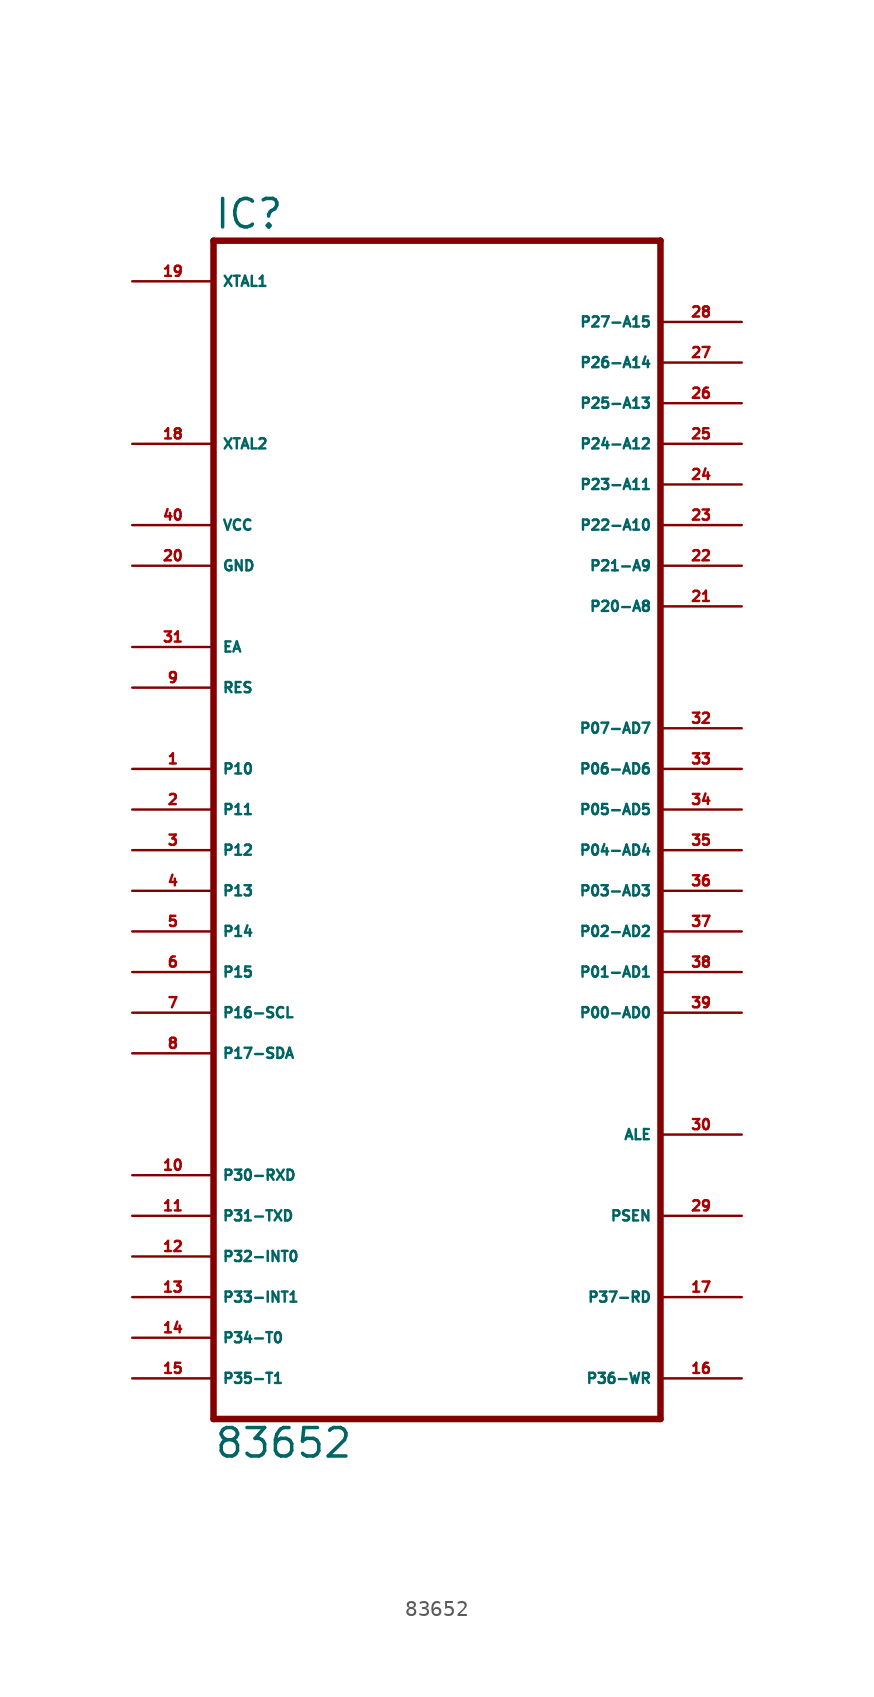
<source format=kicad_sym>
(kicad_symbol_lib
  (version 20220914)
  (generator Eagle2Kicad)
  (symbol "83652"
    (property "Reference" "IC"
      (at -12.7 33.655 0)
      (effects (font (size 1.778 1.778) (thickness 0.22)) (justify left bottom)))
    (property "Value" "83652"
      (at -12.7 -43.18 0)
      (effects (font (size 1.778 1.778) (thickness 0.22)) (justify left bottom)))
    (polyline
      (pts (xy 15.24 33.02) (xy 15.24 -40.64))
      (stroke (width 0.406) (type default))
      (fill (type none)))
    (polyline
      (pts (xy -12.7 -40.64) (xy 15.24 -40.64))
      (stroke (width 0.406) (type default))
      (fill (type none)))
    (polyline
      (pts (xy -12.7 -40.64) (xy -12.7 33.02))
      (stroke (width 0.406) (type default))
      (fill (type none)))
    (polyline
      (pts (xy 15.24 33.02) (xy -12.7 33.02))
      (stroke (width 0.406) (type default))
      (fill (type none)))
    (pin input line
      (at -17.78 20.32 0)
      (length 5.08)
      (name "XTAL2" (effects (font (size 0.635 0.635) (thickness 0.08)) (justify left bottom)))
      (number "18" (effects (font (size 0.635 0.635) (thickness 0.08)) (justify left bottom))))
    (pin input line
      (at -17.78 30.48 0)
      (length 5.08)
      (name "XTAL1" (effects (font (size 0.635 0.635) (thickness 0.08)) (justify left bottom)))
      (number "19" (effects (font (size 0.635 0.635) (thickness 0.08)) (justify left bottom))))
    (pin input line
      (at -17.78 7.62 0)
      (length 5.08)
      (name "EA" (effects (font (size 0.635 0.635) (thickness 0.08)) (justify left bottom)))
      (number "31" (effects (font (size 0.635 0.635) (thickness 0.08)) (justify left bottom))))
    (pin bidirectional line
      (at 20.32 27.94 180)
      (length 5.08)
      (name "P27-A15" (effects (font (size 0.635 0.635) (thickness 0.08)) (justify left bottom)))
      (number "28" (effects (font (size 0.635 0.635) (thickness 0.08)) (justify left bottom))))
    (pin bidirectional line
      (at 20.32 25.4 180)
      (length 5.08)
      (name "P26-A14" (effects (font (size 0.635 0.635) (thickness 0.08)) (justify left bottom)))
      (number "27" (effects (font (size 0.635 0.635) (thickness 0.08)) (justify left bottom))))
    (pin bidirectional line
      (at 20.32 22.86 180)
      (length 5.08)
      (name "P25-A13" (effects (font (size 0.635 0.635) (thickness 0.08)) (justify left bottom)))
      (number "26" (effects (font (size 0.635 0.635) (thickness 0.08)) (justify left bottom))))
    (pin bidirectional line
      (at 20.32 20.32 180)
      (length 5.08)
      (name "P24-A12" (effects (font (size 0.635 0.635) (thickness 0.08)) (justify left bottom)))
      (number "25" (effects (font (size 0.635 0.635) (thickness 0.08)) (justify left bottom))))
    (pin bidirectional line
      (at 20.32 17.78 180)
      (length 5.08)
      (name "P23-A11" (effects (font (size 0.635 0.635) (thickness 0.08)) (justify left bottom)))
      (number "24" (effects (font (size 0.635 0.635) (thickness 0.08)) (justify left bottom))))
    (pin bidirectional line
      (at 20.32 15.24 180)
      (length 5.08)
      (name "P22-A10" (effects (font (size 0.635 0.635) (thickness 0.08)) (justify left bottom)))
      (number "23" (effects (font (size 0.635 0.635) (thickness 0.08)) (justify left bottom))))
    (pin bidirectional line
      (at 20.32 12.7 180)
      (length 5.08)
      (name "P21-A9" (effects (font (size 0.635 0.635) (thickness 0.08)) (justify left bottom)))
      (number "22" (effects (font (size 0.635 0.635) (thickness 0.08)) (justify left bottom))))
    (pin bidirectional line
      (at 20.32 10.16 180)
      (length 5.08)
      (name "P20-A8" (effects (font (size 0.635 0.635) (thickness 0.08)) (justify left bottom)))
      (number "21" (effects (font (size 0.635 0.635) (thickness 0.08)) (justify left bottom))))
    (pin bidirectional line
      (at 20.32 2.54 180)
      (length 5.08)
      (name "P07-AD7" (effects (font (size 0.635 0.635) (thickness 0.08)) (justify left bottom)))
      (number "32" (effects (font (size 0.635 0.635) (thickness 0.08)) (justify left bottom))))
    (pin bidirectional line
      (at 20.32 0 180)
      (length 5.08)
      (name "P06-AD6" (effects (font (size 0.635 0.635) (thickness 0.08)) (justify left bottom)))
      (number "33" (effects (font (size 0.635 0.635) (thickness 0.08)) (justify left bottom))))
    (pin bidirectional line
      (at 20.32 -2.54 180)
      (length 5.08)
      (name "P05-AD5" (effects (font (size 0.635 0.635) (thickness 0.08)) (justify left bottom)))
      (number "34" (effects (font (size 0.635 0.635) (thickness 0.08)) (justify left bottom))))
    (pin bidirectional line
      (at 20.32 -5.08 180)
      (length 5.08)
      (name "P04-AD4" (effects (font (size 0.635 0.635) (thickness 0.08)) (justify left bottom)))
      (number "35" (effects (font (size 0.635 0.635) (thickness 0.08)) (justify left bottom))))
    (pin bidirectional line
      (at 20.32 -7.62 180)
      (length 5.08)
      (name "P03-AD3" (effects (font (size 0.635 0.635) (thickness 0.08)) (justify left bottom)))
      (number "36" (effects (font (size 0.635 0.635) (thickness 0.08)) (justify left bottom))))
    (pin bidirectional line
      (at 20.32 -10.16 180)
      (length 5.08)
      (name "P02-AD2" (effects (font (size 0.635 0.635) (thickness 0.08)) (justify left bottom)))
      (number "37" (effects (font (size 0.635 0.635) (thickness 0.08)) (justify left bottom))))
    (pin bidirectional line
      (at 20.32 -12.7 180)
      (length 5.08)
      (name "P01-AD1" (effects (font (size 0.635 0.635) (thickness 0.08)) (justify left bottom)))
      (number "38" (effects (font (size 0.635 0.635) (thickness 0.08)) (justify left bottom))))
    (pin bidirectional line
      (at 20.32 -15.24 180)
      (length 5.08)
      (name "P00-AD0" (effects (font (size 0.635 0.635) (thickness 0.08)) (justify left bottom)))
      (number "39" (effects (font (size 0.635 0.635) (thickness 0.08)) (justify left bottom))))
    (pin output line
      (at 20.32 -22.86 180)
      (length 5.08)
      (name "ALE" (effects (font (size 0.635 0.635) (thickness 0.08)) (justify left bottom)))
      (number "30" (effects (font (size 0.635 0.635) (thickness 0.08)) (justify left bottom))))
    (pin output line
      (at 20.32 -27.94 180)
      (length 5.08)
      (name "PSEN" (effects (font (size 0.635 0.635) (thickness 0.08)) (justify left bottom)))
      (number "29" (effects (font (size 0.635 0.635) (thickness 0.08)) (justify left bottom))))
    (pin bidirectional line
      (at 20.32 -33.02 180)
      (length 5.08)
      (name "P37-RD" (effects (font (size 0.635 0.635) (thickness 0.08)) (justify left bottom)))
      (number "17" (effects (font (size 0.635 0.635) (thickness 0.08)) (justify left bottom))))
    (pin bidirectional line
      (at 20.32 -38.1 180)
      (length 5.08)
      (name "P36-WR" (effects (font (size 0.635 0.635) (thickness 0.08)) (justify left bottom)))
      (number "16" (effects (font (size 0.635 0.635) (thickness 0.08)) (justify left bottom))))
    (pin unspecified line
      (at -17.78 15.24 0)
      (length 5.08)
      (name "VCC" (effects (font (size 0.635 0.635) (thickness 0.08)) (justify left bottom)))
      (number "40" (effects (font (size 0.635 0.635) (thickness 0.08)) (justify left bottom))))
    (pin unspecified line
      (at -17.78 12.7 0)
      (length 5.08)
      (name "GND" (effects (font (size 0.635 0.635) (thickness 0.08)) (justify left bottom)))
      (number "20" (effects (font (size 0.635 0.635) (thickness 0.08)) (justify left bottom))))
    (pin bidirectional line
      (at -17.78 -2.54 0)
      (length 5.08)
      (name "P11" (effects (font (size 0.635 0.635) (thickness 0.08)) (justify left bottom)))
      (number "2" (effects (font (size 0.635 0.635) (thickness 0.08)) (justify left bottom))))
    (pin input line
      (at -17.78 5.08 0)
      (length 5.08)
      (name "RES" (effects (font (size 0.635 0.635) (thickness 0.08)) (justify left bottom)))
      (number "9" (effects (font (size 0.635 0.635) (thickness 0.08)) (justify left bottom))))
    (pin bidirectional line
      (at -17.78 -7.62 0)
      (length 5.08)
      (name "P13" (effects (font (size 0.635 0.635) (thickness 0.08)) (justify left bottom)))
      (number "4" (effects (font (size 0.635 0.635) (thickness 0.08)) (justify left bottom))))
    (pin bidirectional line
      (at -17.78 -10.16 0)
      (length 5.08)
      (name "P14" (effects (font (size 0.635 0.635) (thickness 0.08)) (justify left bottom)))
      (number "5" (effects (font (size 0.635 0.635) (thickness 0.08)) (justify left bottom))))
    (pin bidirectional line
      (at -17.78 -12.7 0)
      (length 5.08)
      (name "P15" (effects (font (size 0.635 0.635) (thickness 0.08)) (justify left bottom)))
      (number "6" (effects (font (size 0.635 0.635) (thickness 0.08)) (justify left bottom))))
    (pin bidirectional line
      (at -17.78 -15.24 0)
      (length 5.08)
      (name "P16-SCL" (effects (font (size 0.635 0.635) (thickness 0.08)) (justify left bottom)))
      (number "7" (effects (font (size 0.635 0.635) (thickness 0.08)) (justify left bottom))))
    (pin bidirectional line
      (at -17.78 -17.78 0)
      (length 5.08)
      (name "P17-SDA" (effects (font (size 0.635 0.635) (thickness 0.08)) (justify left bottom)))
      (number "8" (effects (font (size 0.635 0.635) (thickness 0.08)) (justify left bottom))))
    (pin bidirectional line
      (at -17.78 -25.4 0)
      (length 5.08)
      (name "P30-RXD" (effects (font (size 0.635 0.635) (thickness 0.08)) (justify left bottom)))
      (number "10" (effects (font (size 0.635 0.635) (thickness 0.08)) (justify left bottom))))
    (pin bidirectional line
      (at -17.78 -27.94 0)
      (length 5.08)
      (name "P31-TXD" (effects (font (size 0.635 0.635) (thickness 0.08)) (justify left bottom)))
      (number "11" (effects (font (size 0.635 0.635) (thickness 0.08)) (justify left bottom))))
    (pin bidirectional line
      (at -17.78 -30.48 0)
      (length 5.08)
      (name "P32-INT0" (effects (font (size 0.635 0.635) (thickness 0.08)) (justify left bottom)))
      (number "12" (effects (font (size 0.635 0.635) (thickness 0.08)) (justify left bottom))))
    (pin bidirectional line
      (at -17.78 -33.02 0)
      (length 5.08)
      (name "P33-INT1" (effects (font (size 0.635 0.635) (thickness 0.08)) (justify left bottom)))
      (number "13" (effects (font (size 0.635 0.635) (thickness 0.08)) (justify left bottom))))
    (pin bidirectional line
      (at -17.78 -35.56 0)
      (length 5.08)
      (name "P34-T0" (effects (font (size 0.635 0.635) (thickness 0.08)) (justify left bottom)))
      (number "14" (effects (font (size 0.635 0.635) (thickness 0.08)) (justify left bottom))))
    (pin bidirectional line
      (at -17.78 -38.1 0)
      (length 5.08)
      (name "P35-T1" (effects (font (size 0.635 0.635) (thickness 0.08)) (justify left bottom)))
      (number "15" (effects (font (size 0.635 0.635) (thickness 0.08)) (justify left bottom))))
    (pin bidirectional line
      (at -17.78 -5.08 0)
      (length 5.08)
      (name "P12" (effects (font (size 0.635 0.635) (thickness 0.08)) (justify left bottom)))
      (number "3" (effects (font (size 0.635 0.635) (thickness 0.08)) (justify left bottom))))
    (pin bidirectional line
      (at -17.78 0 0)
      (length 5.08)
      (name "P10" (effects (font (size 0.635 0.635) (thickness 0.08)) (justify left bottom)))
      (number "1" (effects (font (size 0.635 0.635) (thickness 0.08)) (justify left bottom))))))
</source>
